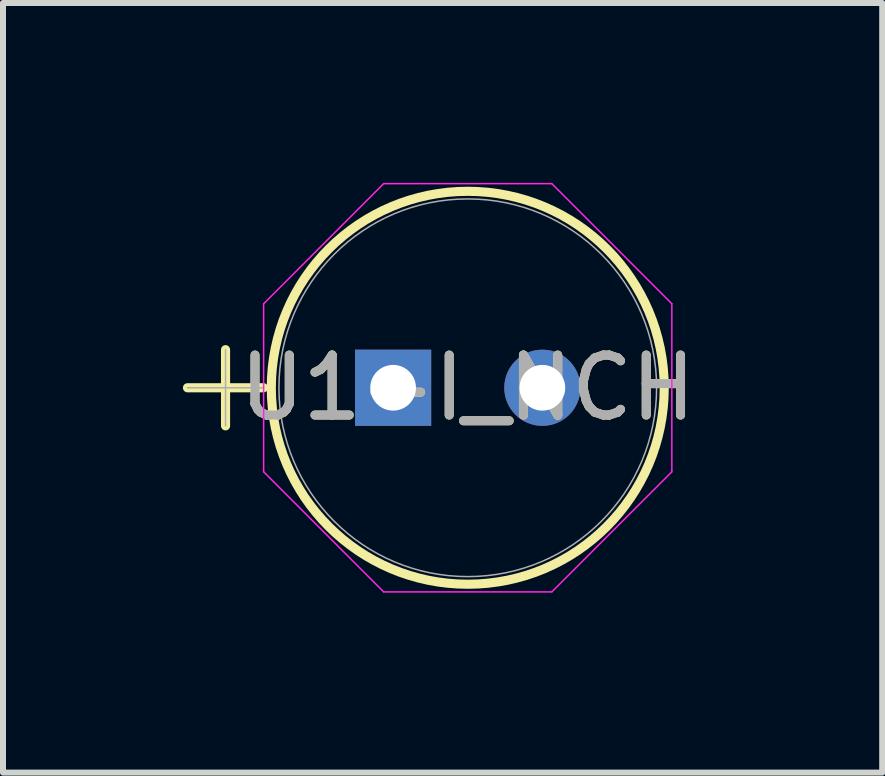
<source format=kicad_pcb>
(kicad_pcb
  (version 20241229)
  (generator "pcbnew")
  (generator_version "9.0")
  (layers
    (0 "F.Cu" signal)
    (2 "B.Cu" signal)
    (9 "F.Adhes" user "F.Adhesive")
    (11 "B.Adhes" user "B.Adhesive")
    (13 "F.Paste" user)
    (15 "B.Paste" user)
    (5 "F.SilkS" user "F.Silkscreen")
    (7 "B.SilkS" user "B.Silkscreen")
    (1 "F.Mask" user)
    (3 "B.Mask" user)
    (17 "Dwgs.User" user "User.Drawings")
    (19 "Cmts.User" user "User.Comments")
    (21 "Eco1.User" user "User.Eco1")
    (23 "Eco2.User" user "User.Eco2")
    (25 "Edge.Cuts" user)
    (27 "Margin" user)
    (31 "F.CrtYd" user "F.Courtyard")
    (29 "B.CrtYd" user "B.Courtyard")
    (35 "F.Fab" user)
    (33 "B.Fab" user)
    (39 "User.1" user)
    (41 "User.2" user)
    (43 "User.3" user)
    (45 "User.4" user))
  (footprint "U1-I_NCH"
    (layer "F.Cu")
    (at 3.505 3.416)
    (property "Reference" "U1-I_NCH" (at 1.245 0 0) (unlocked yes) (layer "F.SilkS") (effects (font (size 1 1) (thickness 0.15))))
    (attr through_hole)
    (fp_line (start -3.429 0) (end -2.159 0) (stroke (width 0.152) (type solid)) (layer "F.SilkS"))
    (fp_line (start -2.794 -0.635) (end -2.794 0.635) (stroke (width 0.152) (type solid)) (layer "F.SilkS"))
    (fp_circle (center 1.245 0) (end 4.521 0) (stroke (width 0.152) (type solid)) (fill no) (layer "F.SilkS"))
    (fp_line (start -2.159 -1.401) (end -0.157 -3.404) (stroke (width 0.025) (type solid)) (layer "F.CrtYd"))
    (fp_line (start -2.159 1.401) (end -2.159 -1.401) (stroke (width 0.025) (type solid)) (layer "F.CrtYd"))
    (fp_line (start -0.157 -3.404) (end 2.646 -3.404) (stroke (width 0.025) (type solid)) (layer "F.CrtYd"))
    (fp_line (start -0.157 3.404) (end -2.159 1.401) (stroke (width 0.025) (type solid)) (layer "F.CrtYd"))
    (fp_line (start 2.646 -3.404) (end 4.648 -1.401) (stroke (width 0.025) (type solid)) (layer "F.CrtYd"))
    (fp_line (start 2.646 3.404) (end -0.157 3.404) (stroke (width 0.025) (type solid)) (layer "F.CrtYd"))
    (fp_line (start 4.648 -1.401) (end 4.648 1.401) (stroke (width 0.025) (type solid)) (layer "F.CrtYd"))
    (fp_line (start 4.648 1.401) (end 2.646 3.404) (stroke (width 0.025) (type solid)) (layer "F.CrtYd"))
    (fp_line (start -3.429 0) (end -2.159 0) (stroke (width 0.025) (type solid)) (layer "F.Fab"))
    (fp_line (start -2.794 -0.635) (end -2.794 0.635) (stroke (width 0.025) (type solid)) (layer "F.Fab"))
    (fp_circle (center 1.245 0) (end 4.394 0) (stroke (width 0.025) (type solid)) (fill no) (layer "F.Fab"))
    (fp_text user "${REFERENCE}" (at 1.245 0 0) (unlocked yes) (layer "F.Fab") (effects (font (size 1 1) (thickness 0.15))))
    (pad "1" thru_hole rect (at 0 0) (size 1.27 1.27) (drill 0.762) (layers "*.Cu" "*.Mask"))
    (pad "2" thru_hole circle (at 2.489 0) (size 1.27 1.27) (drill 0.762) (layers "*.Cu" "*.Mask")))
  (gr_rect
    (start -3 -3)
    (end 11.661 9.833)
    (stroke (width 0.1) (type default))
    (fill no)
    (layer "Edge.Cuts")))
</source>
